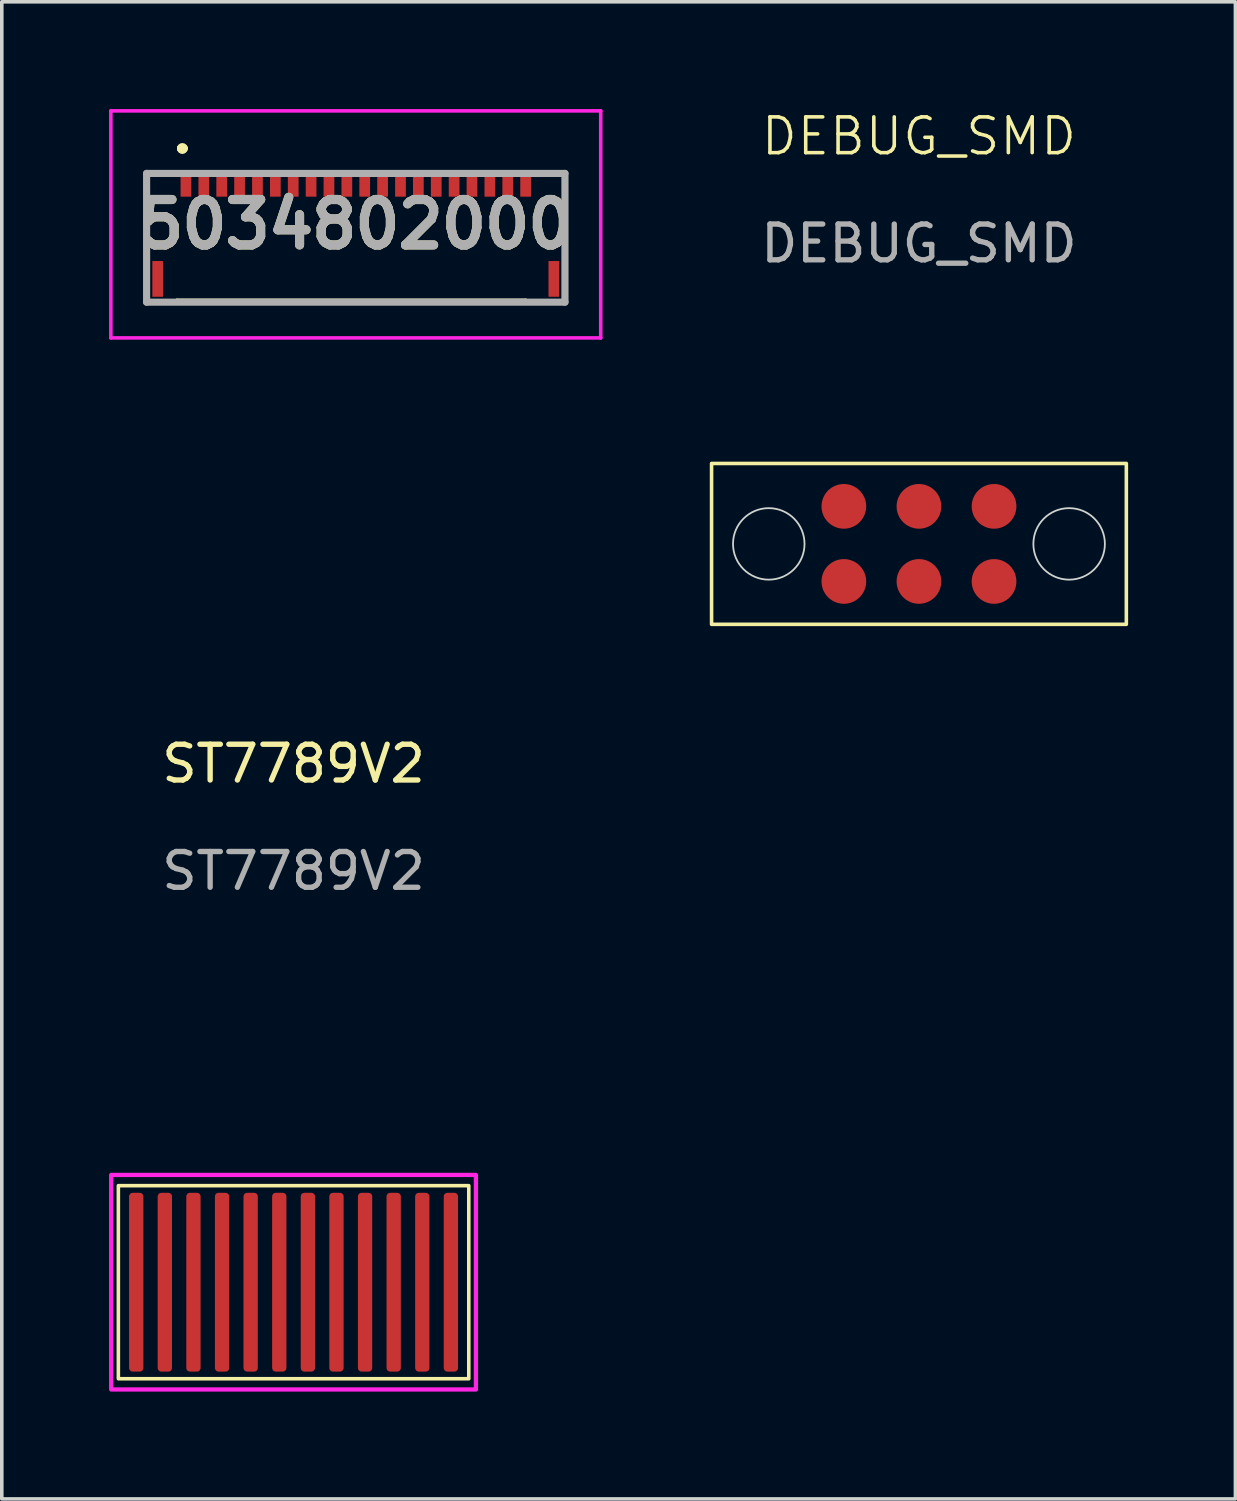
<source format=kicad_pcb>
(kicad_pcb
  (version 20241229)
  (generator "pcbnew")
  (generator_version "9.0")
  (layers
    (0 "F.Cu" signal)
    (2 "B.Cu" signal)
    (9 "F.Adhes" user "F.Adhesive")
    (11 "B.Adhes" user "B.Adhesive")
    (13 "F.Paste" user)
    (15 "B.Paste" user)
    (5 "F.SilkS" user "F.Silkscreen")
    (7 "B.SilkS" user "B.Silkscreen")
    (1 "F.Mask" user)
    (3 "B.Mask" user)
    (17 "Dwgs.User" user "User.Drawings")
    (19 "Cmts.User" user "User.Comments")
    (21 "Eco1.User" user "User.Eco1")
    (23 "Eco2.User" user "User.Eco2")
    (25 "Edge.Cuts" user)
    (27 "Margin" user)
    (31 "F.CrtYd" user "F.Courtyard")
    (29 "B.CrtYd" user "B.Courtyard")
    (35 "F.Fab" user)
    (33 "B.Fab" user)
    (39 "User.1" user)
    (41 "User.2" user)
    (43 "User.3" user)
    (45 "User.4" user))
  (footprint "ST7789V2"
    (layer "F.Cu")
    (at 5.16 32.809)
    (property "Reference" "ST7789V2" (at 0 -14.5 0) (unlocked yes) (layer "F.SilkS") (effects (font (size 1 1) (thickness 0.15))))
    (attr smd)
    (fp_rect (start -4.9 -2.7) (end 4.9 2.7) (stroke (width 0.1) (type default)) (fill no) (layer "F.SilkS"))
    (fp_rect (start -5.1 -3) (end 5.1 3) (stroke (width 0.12) (type solid)) (fill no) (layer "F.CrtYd"))
    (fp_text user "${REFERENCE}" (at 0 -11.5 0) (unlocked yes) (layer "F.Fab") (effects (font (size 1 1) (thickness 0.15))))
    (pad "1" smd roundrect (at 4.4 0) (size 0.4 5) (layers "F.Cu" "F.Mask" "F.Paste") (roundrect_rratio 0.25))
    (pad "2" smd roundrect (at 3.6 0) (size 0.4 5) (layers "F.Cu" "F.Mask" "F.Paste") (roundrect_rratio 0.25))
    (pad "3" smd roundrect (at 2.8 0) (size 0.4 5) (layers "F.Cu" "F.Mask" "F.Paste") (roundrect_rratio 0.25))
    (pad "4" smd roundrect (at 2 0) (size 0.4 5) (layers "F.Cu" "F.Mask" "F.Paste") (roundrect_rratio 0.25))
    (pad "5" smd roundrect (at 1.2 0) (size 0.4 5) (layers "F.Cu" "F.Mask" "F.Paste") (roundrect_rratio 0.25))
    (pad "6" smd roundrect (at 0.4 0) (size 0.4 5) (layers "F.Cu" "F.Mask" "F.Paste") (roundrect_rratio 0.25))
    (pad "7" smd roundrect (at -0.4 0) (size 0.4 5) (layers "F.Cu" "F.Mask" "F.Paste") (roundrect_rratio 0.25))
    (pad "8" smd roundrect (at -1.2 0) (size 0.4 5) (layers "F.Cu" "F.Mask" "F.Paste") (roundrect_rratio 0.25))
    (pad "9" smd roundrect (at -2 0) (size 0.4 5) (layers "F.Cu" "F.Mask" "F.Paste") (roundrect_rratio 0.25))
    (pad "10" smd roundrect (at -2.8 0) (size 0.4 5) (layers "F.Cu" "F.Mask" "F.Paste") (roundrect_rratio 0.25))
    (pad "11" smd roundrect (at -3.6 0) (size 0.4 5) (layers "F.Cu" "F.Mask" "F.Paste") (roundrect_rratio 0.25))
    (pad "12" smd roundrect (at -4.4 0) (size 0.4 5) (layers "F.Cu" "F.Mask" "F.Paste") (roundrect_rratio 0.25)))
  (footprint "5034802000"
    (layer "F.Cu")
    (at 6.9 3.6)
    (property "Reference" "5034802000" (at 0 -0.375 0) (layer "F.SilkS") (effects (font (size 1.27 1.27) (thickness 0.254))))
    (attr smd)
    (fp_line (start -5.85 -1.8) (end -5.85 -1.75) (stroke (width 0.1) (type solid)) (layer "F.SilkS"))
    (fp_line (start -5.85 -1.75) (end -5.85 -1.75) (stroke (width 0.1) (type solid)) (layer "F.SilkS"))
    (fp_line (start -5.85 -1.75) (end -5.85 0) (stroke (width 0.1) (type solid)) (layer "F.SilkS"))
    (fp_line (start -5.85 -1.75) (end -5.5 -1.75) (stroke (width 0.1) (type solid)) (layer "F.SilkS"))
    (fp_line (start -5.85 0) (end -5.85 -1.75) (stroke (width 0.1) (type solid)) (layer "F.SilkS"))
    (fp_line (start -5.85 0) (end -5.85 0) (stroke (width 0.1) (type solid)) (layer "F.SilkS"))
    (fp_line (start -5.5 -1.8) (end -5.85 -1.8) (stroke (width 0.1) (type solid)) (layer "F.SilkS"))
    (fp_line (start -5.5 -1.75) (end -5.5 -1.8) (stroke (width 0.1) (type solid)) (layer "F.SilkS"))
    (fp_line (start -5 1.75) (end 4.75 1.75) (stroke (width 0.1) (type solid)) (layer "F.SilkS"))
    (fp_line (start -5 1.8) (end -5 1.75) (stroke (width 0.1) (type solid)) (layer "F.SilkS"))
    (fp_line (start -4.9 -2.5) (end -4.9 -2.5) (stroke (width 0.2) (type solid)) (layer "F.SilkS"))
    (fp_line (start -4.9 -2.5) (end -4.9 -2.5) (stroke (width 0.2) (type solid)) (layer "F.SilkS"))
    (fp_line (start -4.8 -2.5) (end -4.8 -2.5) (stroke (width 0.2) (type solid)) (layer "F.SilkS"))
    (fp_line (start 4.75 1.75) (end 4.75 1.8) (stroke (width 0.1) (type solid)) (layer "F.SilkS"))
    (fp_line (start 4.75 1.8) (end -5 1.8) (stroke (width 0.1) (type solid)) (layer "F.SilkS"))
    (fp_line (start 5.5 -1.8) (end 5.5 -1.8) (stroke (width 0.1) (type solid)) (layer "F.SilkS"))
    (fp_line (start 5.5 -1.8) (end 5.85 -1.8) (stroke (width 0.1) (type solid)) (layer "F.SilkS"))
    (fp_line (start 5.85 -1.8) (end 5.5 -1.8) (stroke (width 0.1) (type solid)) (layer "F.SilkS"))
    (fp_line (start 5.85 -1.8) (end 5.85 -1.8) (stroke (width 0.1) (type solid)) (layer "F.SilkS"))
    (fp_line (start 5.85 -1.8) (end 5.85 -1.8) (stroke (width 0.1) (type solid)) (layer "F.SilkS"))
    (fp_line (start 5.85 -1.8) (end 5.85 0) (stroke (width 0.1) (type solid)) (layer "F.SilkS"))
    (fp_line (start 5.85 0) (end 5.85 -1.8) (stroke (width 0.1) (type solid)) (layer "F.SilkS"))
    (fp_line (start 5.85 0) (end 5.85 0) (stroke (width 0.1) (type solid)) (layer "F.SilkS"))
    (fp_arc (start -4.9 -2.5) (mid -4.85 -2.55) (end -4.8 -2.5) (stroke (width 0.2) (type solid)) (layer "F.SilkS"))
    (fp_arc (start -4.8 -2.5) (mid -4.85 -2.45) (end -4.9 -2.5) (stroke (width 0.2) (type solid)) (layer "F.SilkS"))
    (fp_arc (start -4.8 -2.5) (mid -4.85 -2.45) (end -4.9 -2.5) (stroke (width 0.2) (type solid)) (layer "F.SilkS"))
    (fp_line (start -6.85 -3.55) (end 6.85 -3.55) (stroke (width 0.1) (type solid)) (layer "F.CrtYd"))
    (fp_line (start -6.85 2.8) (end -6.85 -3.55) (stroke (width 0.1) (type solid)) (layer "F.CrtYd"))
    (fp_line (start 6.85 -3.55) (end 6.85 2.8) (stroke (width 0.1) (type solid)) (layer "F.CrtYd"))
    (fp_line (start 6.85 2.8) (end -6.85 2.8) (stroke (width 0.1) (type solid)) (layer "F.CrtYd"))
    (fp_line (start -5.85 -1.8) (end -5.85 1.8) (stroke (width 0.2) (type solid)) (layer "F.Fab"))
    (fp_line (start -5.85 1.8) (end 5.85 1.8) (stroke (width 0.2) (type solid)) (layer "F.Fab"))
    (fp_line (start 5.85 -1.8) (end -5.85 -1.8) (stroke (width 0.2) (type solid)) (layer "F.Fab"))
    (fp_line (start 5.85 1.8) (end 5.85 -1.8) (stroke (width 0.2) (type solid)) (layer "F.Fab"))
    (fp_text user "${REFERENCE}" (at 0 -0.375 0) (layer "F.Fab") (effects (font (size 1.27 1.27) (thickness 0.254))))
    (pad "1" smd rect (at -4.75 -1.5) (size 0.3 0.7) (layers "F.Cu" "F.Mask" "F.Paste"))
    (pad "2" smd rect (at -4.25 -1.5) (size 0.3 0.7) (layers "F.Cu" "F.Mask" "F.Paste"))
    (pad "3" smd rect (at -3.75 -1.5) (size 0.3 0.7) (layers "F.Cu" "F.Mask" "F.Paste"))
    (pad "4" smd rect (at -3.25 -1.5) (size 0.3 0.7) (layers "F.Cu" "F.Mask" "F.Paste"))
    (pad "5" smd rect (at -2.75 -1.5) (size 0.3 0.7) (layers "F.Cu" "F.Mask" "F.Paste"))
    (pad "6" smd rect (at -2.25 -1.5) (size 0.3 0.7) (layers "F.Cu" "F.Mask" "F.Paste"))
    (pad "7" smd rect (at -1.75 -1.5) (size 0.3 0.7) (layers "F.Cu" "F.Mask" "F.Paste"))
    (pad "8" smd rect (at -1.25 -1.5) (size 0.3 0.7) (layers "F.Cu" "F.Mask" "F.Paste"))
    (pad "9" smd rect (at -0.75 -1.5) (size 0.3 0.7) (layers "F.Cu" "F.Mask" "F.Paste"))
    (pad "10" smd rect (at -0.25 -1.5) (size 0.3 0.7) (layers "F.Cu" "F.Mask" "F.Paste"))
    (pad "11" smd rect (at 0.25 -1.5) (size 0.3 0.7) (layers "F.Cu" "F.Mask" "F.Paste"))
    (pad "12" smd rect (at 0.75 -1.5) (size 0.3 0.7) (layers "F.Cu" "F.Mask" "F.Paste"))
    (pad "13" smd rect (at 1.25 -1.5) (size 0.3 0.7) (layers "F.Cu" "F.Mask" "F.Paste"))
    (pad "14" smd rect (at 1.75 -1.5) (size 0.3 0.7) (layers "F.Cu" "F.Mask" "F.Paste"))
    (pad "15" smd rect (at 2.25 -1.5) (size 0.3 0.7) (layers "F.Cu" "F.Mask" "F.Paste"))
    (pad "16" smd rect (at 2.75 -1.5) (size 0.3 0.7) (layers "F.Cu" "F.Mask" "F.Paste"))
    (pad "17" smd rect (at 3.25 -1.5) (size 0.3 0.7) (layers "F.Cu" "F.Mask" "F.Paste"))
    (pad "18" smd rect (at 3.75 -1.5) (size 0.3 0.7) (layers "F.Cu" "F.Mask" "F.Paste"))
    (pad "19" smd rect (at 4.25 -1.5) (size 0.3 0.7) (layers "F.Cu" "F.Mask" "F.Paste"))
    (pad "20" smd rect (at 4.75 -1.5) (size 0.3 0.7) (layers "F.Cu" "F.Mask" "F.Paste"))
    (pad "MP1" smd rect (at -5.54 1.15) (size 0.3 1) (layers "F.Cu" "F.Mask" "F.Paste"))
    (pad "MP2" smd rect (at 5.54 1.15) (size 0.3 1) (layers "F.Cu" "F.Mask" "F.Paste")))
  (footprint "DEBUG_SMD"
    (layer "F.Cu")
    (at 22.65 12.161)
    (property "Reference" "DEBUG_SMD" (at 0 -11.4 0) (unlocked yes) (layer "F.SilkS") (effects (font (size 1 1) (thickness 0.1))))
    (attr smd)
    (fp_rect (start -5.8 -2.25) (end 5.8 2.25) (stroke (width 0.1) (type default)) (fill no) (layer "F.SilkS"))
    (fp_circle (center -4.2 0) (end -3.2 0) (stroke (width 0.05) (type default)) (fill no) (layer "Edge.Cuts"))
    (fp_circle (center 4.2 0) (end 5.2 0) (stroke (width 0.05) (type default)) (fill no) (layer "Edge.Cuts"))
    (fp_text user "${REFERENCE}" (at 0 -8.4 0) (unlocked yes) (layer "F.Fab") (effects (font (size 1 1) (thickness 0.15))))
    (pad "1" smd circle (at -2.1 -1.05) (size 1.25 1.25) (layers "F.Cu" "F.Mask" "F.Paste"))
    (pad "2" smd circle (at 0 -1.05) (size 1.25 1.25) (layers "F.Cu" "F.Mask" "F.Paste"))
    (pad "3" smd circle (at 2.1 -1.05) (size 1.25 1.25) (layers "F.Cu" "F.Mask" "F.Paste"))
    (pad "4" smd circle (at 2.1 1.05) (size 1.25 1.25) (layers "F.Cu" "F.Mask" "F.Paste"))
    (pad "5" smd circle (at 0 1.05) (size 1.25 1.25) (layers "F.Cu" "F.Mask" "F.Paste"))
    (pad "6" smd circle (at -2.1 1.05) (size 1.25 1.25) (layers "F.Cu" "F.Mask" "F.Paste")))
  (gr_rect
    (start -3 -3)
    (end 31.5 38.869)
    (stroke (width 0.1) (type default))
    (fill no)
    (layer "Edge.Cuts")))
</source>
